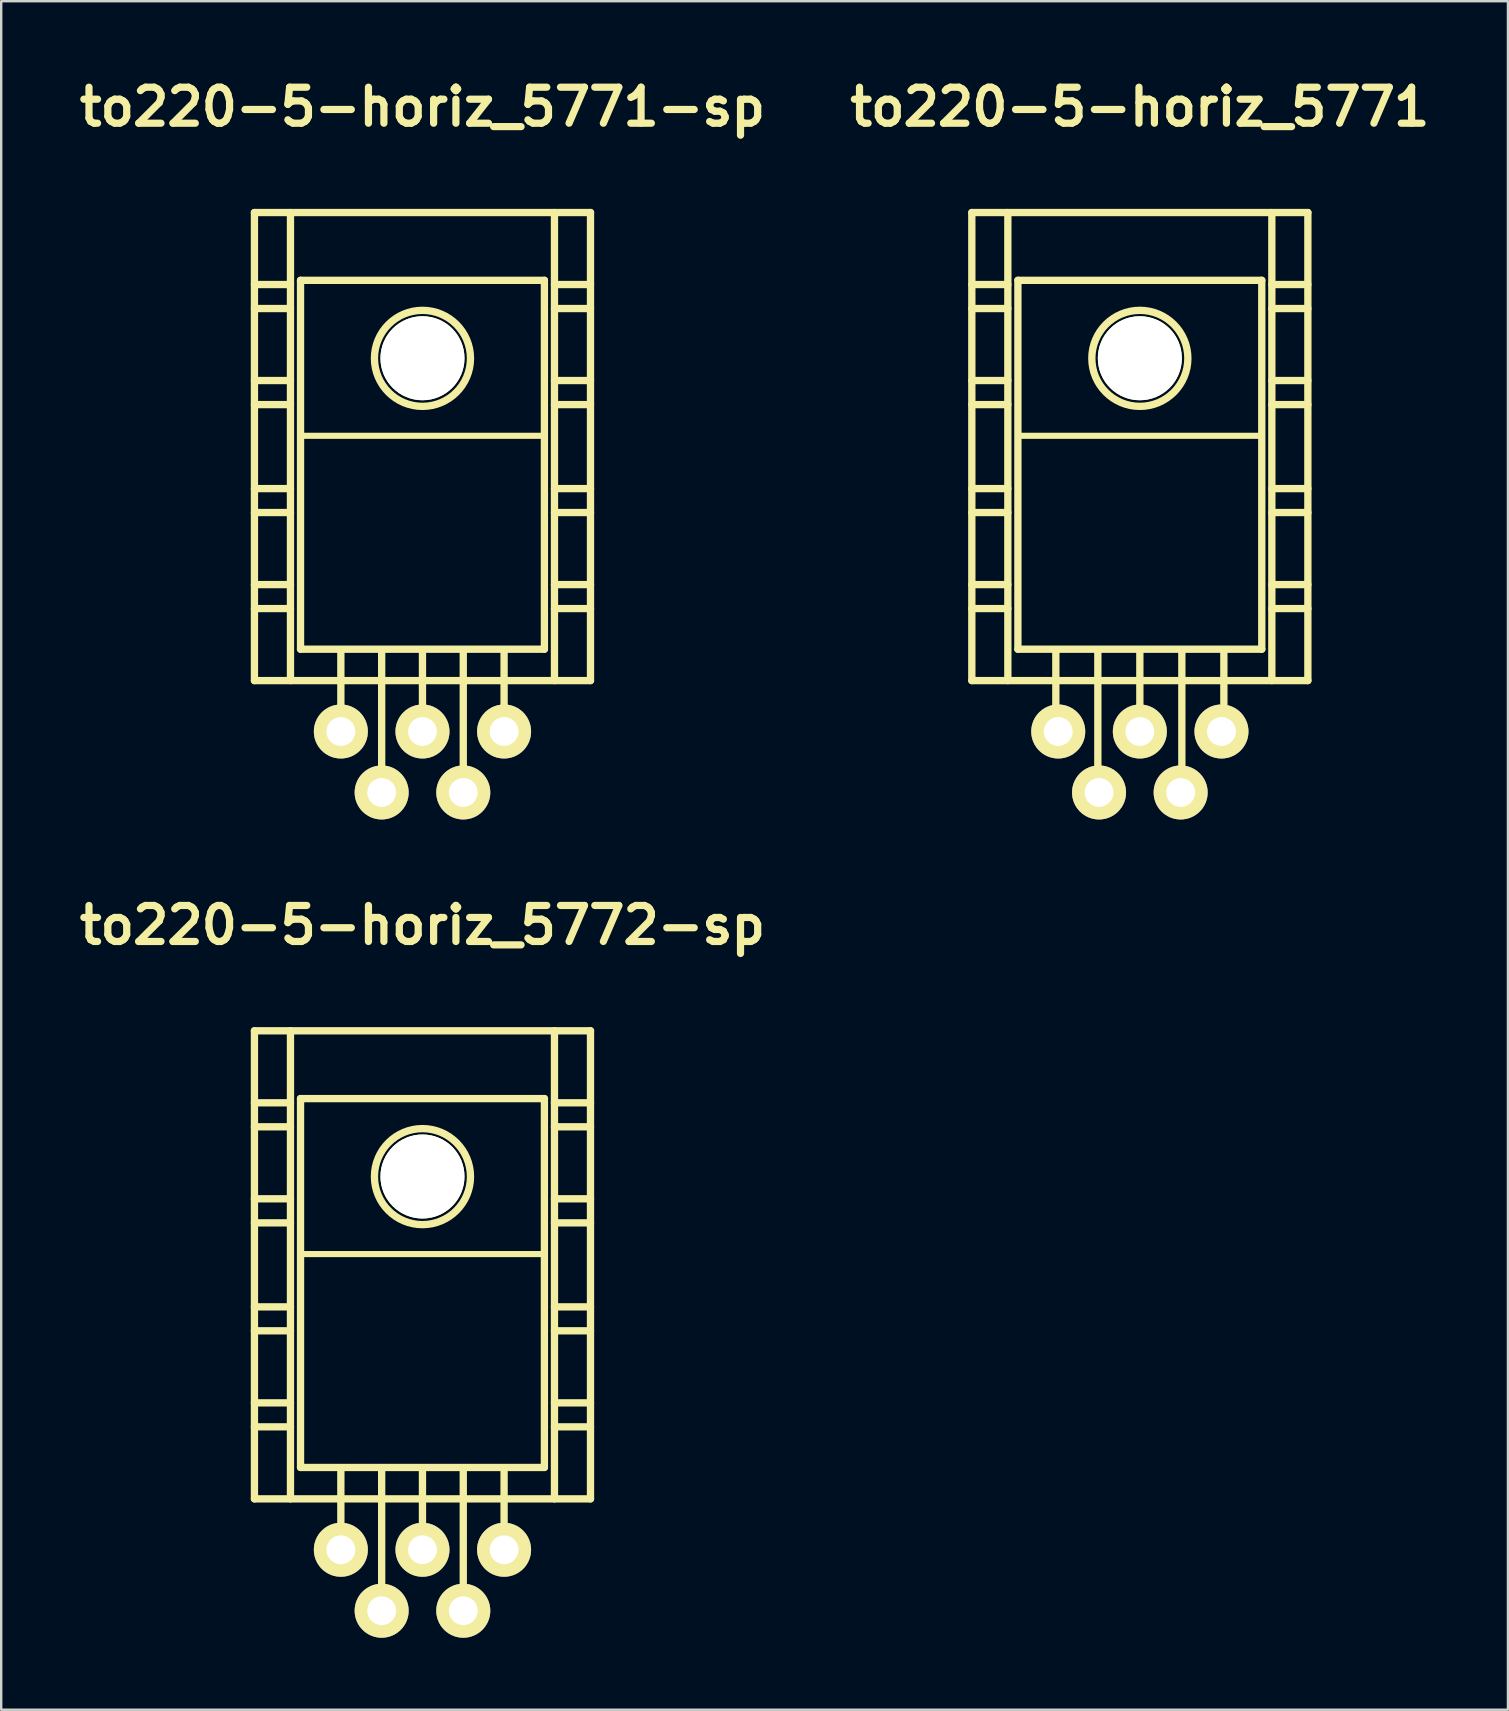
<source format=kicad_pcb>
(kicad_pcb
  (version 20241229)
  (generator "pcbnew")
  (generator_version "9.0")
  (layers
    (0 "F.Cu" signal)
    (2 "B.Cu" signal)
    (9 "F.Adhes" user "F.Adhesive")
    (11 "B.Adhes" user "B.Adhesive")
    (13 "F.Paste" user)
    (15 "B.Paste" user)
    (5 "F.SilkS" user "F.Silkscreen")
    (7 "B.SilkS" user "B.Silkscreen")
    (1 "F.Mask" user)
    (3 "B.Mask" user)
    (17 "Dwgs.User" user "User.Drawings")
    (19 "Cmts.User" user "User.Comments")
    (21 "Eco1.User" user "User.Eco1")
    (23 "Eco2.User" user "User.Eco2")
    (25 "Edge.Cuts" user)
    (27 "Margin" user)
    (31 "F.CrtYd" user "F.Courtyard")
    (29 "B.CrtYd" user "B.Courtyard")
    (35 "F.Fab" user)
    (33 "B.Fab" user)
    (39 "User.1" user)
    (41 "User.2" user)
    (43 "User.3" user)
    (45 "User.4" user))
  (footprint "to220-5-horiz_5772-sp"
    (layer "F.Cu")
    (at 14.55 53.893)
    (property "Reference" "to220-5-horiz_5772-sp" (at 0 -18.4 0) (layer "F.SilkS") (effects (font (size 1.5 1.5) (thickness 0.3))))
    (attr through_hole)
    (fp_line (start -7 -14) (end -7 5.499) (stroke (width 0.305) (type solid)) (layer "F.SilkS"))
    (fp_line (start -7 -11.001) (end -5.499 -11.001) (stroke (width 0.305) (type solid)) (layer "F.SilkS"))
    (fp_line (start -7 -10) (end -5.499 -10) (stroke (width 0.305) (type solid)) (layer "F.SilkS"))
    (fp_line (start -7 -7) (end -5.499 -7) (stroke (width 0.305) (type solid)) (layer "F.SilkS"))
    (fp_line (start -7 -5.999) (end -5.499 -5.999) (stroke (width 0.305) (type solid)) (layer "F.SilkS"))
    (fp_line (start -7 -2.499) (end -5.499 -2.499) (stroke (width 0.305) (type solid)) (layer "F.SilkS"))
    (fp_line (start -7 -1.501) (end -5.499 -1.501) (stroke (width 0.305) (type solid)) (layer "F.SilkS"))
    (fp_line (start -7 1.501) (end -5.499 1.501) (stroke (width 0.305) (type solid)) (layer "F.SilkS"))
    (fp_line (start -7 2.499) (end -5.499 2.499) (stroke (width 0.305) (type solid)) (layer "F.SilkS"))
    (fp_line (start -7 5.499) (end 7 5.499) (stroke (width 0.305) (type solid)) (layer "F.SilkS"))
    (fp_line (start -5.499 5.499) (end -5.499 -14) (stroke (width 0.305) (type solid)) (layer "F.SilkS"))
    (fp_line (start -5.08 -11.176) (end -5.08 4.191) (stroke (width 0.305) (type solid)) (layer "F.SilkS"))
    (fp_line (start -5.08 4.191) (end 5.08 4.191) (stroke (width 0.305) (type solid)) (layer "F.SilkS"))
    (fp_line (start -3.4 7.75) (end -3.4 4.249) (stroke (width 0.305) (type solid)) (layer "F.SilkS"))
    (fp_line (start -1.7 10.249) (end -1.7 4.249) (stroke (width 0.305) (type solid)) (layer "F.SilkS"))
    (fp_line (start 0 7.75) (end 0 4.249) (stroke (width 0.305) (type solid)) (layer "F.SilkS"))
    (fp_line (start 1.7 10.249) (end 1.7 4.249) (stroke (width 0.305) (type solid)) (layer "F.SilkS"))
    (fp_line (start 3.4 7.75) (end 3.4 4.249) (stroke (width 0.305) (type solid)) (layer "F.SilkS"))
    (fp_line (start 5.08 -11.176) (end -5.08 -11.176) (stroke (width 0.305) (type solid)) (layer "F.SilkS"))
    (fp_line (start 5.08 -4.699) (end -5.08 -4.699) (stroke (width 0.254) (type solid)) (layer "F.SilkS"))
    (fp_line (start 5.08 4.191) (end 5.08 -11.176) (stroke (width 0.305) (type solid)) (layer "F.SilkS"))
    (fp_line (start 5.499 -14) (end 5.499 5.499) (stroke (width 0.305) (type solid)) (layer "F.SilkS"))
    (fp_line (start 5.499 -11.001) (end 7 -11.001) (stroke (width 0.305) (type solid)) (layer "F.SilkS"))
    (fp_line (start 5.499 -10) (end 7 -10) (stroke (width 0.305) (type solid)) (layer "F.SilkS"))
    (fp_line (start 5.499 -7) (end 7 -7) (stroke (width 0.305) (type solid)) (layer "F.SilkS"))
    (fp_line (start 5.499 -5.999) (end 7 -5.999) (stroke (width 0.305) (type solid)) (layer "F.SilkS"))
    (fp_line (start 5.499 -2.499) (end 7 -2.499) (stroke (width 0.305) (type solid)) (layer "F.SilkS"))
    (fp_line (start 5.499 -1.501) (end 7 -1.501) (stroke (width 0.305) (type solid)) (layer "F.SilkS"))
    (fp_line (start 5.499 1.501) (end 7 1.501) (stroke (width 0.305) (type solid)) (layer "F.SilkS"))
    (fp_line (start 5.499 2.499) (end 7 2.499) (stroke (width 0.305) (type solid)) (layer "F.SilkS"))
    (fp_line (start 7 -14) (end -7 -14) (stroke (width 0.305) (type solid)) (layer "F.SilkS"))
    (fp_line (start 7 5.499) (end 7 -14) (stroke (width 0.305) (type solid)) (layer "F.SilkS"))
    (fp_circle (center 0 -7.925) (end -1.999 -8.001) (stroke (width 0.305) (type solid)) (fill no) (layer "F.SilkS"))
    (pad "" np_thru_hole circle (at 0 -7.93) (size 3.5 3.5) (drill 3.5) (layers "*.Cu" "*.Mask" "F.SilkS"))
    (pad "1" thru_hole circle (at -3.4 7.62) (size 2.25 2.25) (drill 1.2) (layers "*.Cu" "*.Mask" "F.SilkS"))
    (pad "2" thru_hole circle (at -1.7 10.16) (size 2.25 2.25) (drill 1.2) (layers "*.Cu" "*.Mask" "F.SilkS"))
    (pad "3" thru_hole circle (at 0 7.62) (size 2.25 2.25) (drill 1.2) (layers "*.Cu" "*.Mask" "F.SilkS"))
    (pad "4" thru_hole circle (at 1.7 10.16) (size 2.25 2.25) (drill 1.2) (layers "*.Cu" "*.Mask" "F.SilkS"))
    (pad "5" thru_hole circle (at 3.4 7.62) (size 2.25 2.25) (drill 1.2) (layers "*.Cu" "*.Mask" "F.SilkS")))
  (footprint "to220-5-horiz_5771"
    (layer "F.Cu")
    (at 44.436 19.804)
    (property "Reference" "to220-5-horiz_5771" (at 0 -18.4 0) (layer "F.SilkS") (effects (font (size 1.5 1.5) (thickness 0.3))))
    (attr through_hole)
    (fp_line (start -7 -14) (end -7 5.499) (stroke (width 0.305) (type solid)) (layer "F.SilkS"))
    (fp_line (start -7 -11.001) (end -5.499 -11.001) (stroke (width 0.305) (type solid)) (layer "F.SilkS"))
    (fp_line (start -7 -10) (end -5.499 -10) (stroke (width 0.305) (type solid)) (layer "F.SilkS"))
    (fp_line (start -7 -7) (end -5.499 -7) (stroke (width 0.305) (type solid)) (layer "F.SilkS"))
    (fp_line (start -7 -5.999) (end -5.499 -5.999) (stroke (width 0.305) (type solid)) (layer "F.SilkS"))
    (fp_line (start -7 -2.499) (end -5.499 -2.499) (stroke (width 0.305) (type solid)) (layer "F.SilkS"))
    (fp_line (start -7 -1.501) (end -5.499 -1.501) (stroke (width 0.305) (type solid)) (layer "F.SilkS"))
    (fp_line (start -7 1.501) (end -5.499 1.501) (stroke (width 0.305) (type solid)) (layer "F.SilkS"))
    (fp_line (start -7 2.499) (end -5.499 2.499) (stroke (width 0.305) (type solid)) (layer "F.SilkS"))
    (fp_line (start -7 5.499) (end 7 5.499) (stroke (width 0.305) (type solid)) (layer "F.SilkS"))
    (fp_line (start -5.499 5.499) (end -5.499 -14) (stroke (width 0.305) (type solid)) (layer "F.SilkS"))
    (fp_line (start -5.08 -11.176) (end -5.08 4.191) (stroke (width 0.305) (type solid)) (layer "F.SilkS"))
    (fp_line (start -5.08 4.191) (end 5.08 4.191) (stroke (width 0.305) (type solid)) (layer "F.SilkS"))
    (fp_line (start -3.5 7.75) (end -3.5 4.249) (stroke (width 0.305) (type solid)) (layer "F.SilkS"))
    (fp_line (start -1.75 10.249) (end -1.75 4.249) (stroke (width 0.305) (type solid)) (layer "F.SilkS"))
    (fp_line (start 0 7.75) (end 0 4.249) (stroke (width 0.305) (type solid)) (layer "F.SilkS"))
    (fp_line (start 1.75 10.249) (end 1.75 4.249) (stroke (width 0.305) (type solid)) (layer "F.SilkS"))
    (fp_line (start 3.5 7.75) (end 3.5 4.249) (stroke (width 0.305) (type solid)) (layer "F.SilkS"))
    (fp_line (start 5.08 -11.176) (end -5.08 -11.176) (stroke (width 0.305) (type solid)) (layer "F.SilkS"))
    (fp_line (start 5.08 -4.699) (end -5.08 -4.699) (stroke (width 0.254) (type solid)) (layer "F.SilkS"))
    (fp_line (start 5.08 4.191) (end 5.08 -11.176) (stroke (width 0.305) (type solid)) (layer "F.SilkS"))
    (fp_line (start 5.499 -14) (end 5.499 5.499) (stroke (width 0.305) (type solid)) (layer "F.SilkS"))
    (fp_line (start 5.499 -11.001) (end 7 -11.001) (stroke (width 0.305) (type solid)) (layer "F.SilkS"))
    (fp_line (start 5.499 -10) (end 7 -10) (stroke (width 0.305) (type solid)) (layer "F.SilkS"))
    (fp_line (start 5.499 -7) (end 7 -7) (stroke (width 0.305) (type solid)) (layer "F.SilkS"))
    (fp_line (start 5.499 -5.999) (end 7 -5.999) (stroke (width 0.305) (type solid)) (layer "F.SilkS"))
    (fp_line (start 5.499 -2.499) (end 7 -2.499) (stroke (width 0.305) (type solid)) (layer "F.SilkS"))
    (fp_line (start 5.499 -1.501) (end 7 -1.501) (stroke (width 0.305) (type solid)) (layer "F.SilkS"))
    (fp_line (start 5.499 1.501) (end 7 1.501) (stroke (width 0.305) (type solid)) (layer "F.SilkS"))
    (fp_line (start 5.499 2.499) (end 7 2.499) (stroke (width 0.305) (type solid)) (layer "F.SilkS"))
    (fp_line (start 7 -14) (end -7 -14) (stroke (width 0.305) (type solid)) (layer "F.SilkS"))
    (fp_line (start 7 5.499) (end 7 -14) (stroke (width 0.305) (type solid)) (layer "F.SilkS"))
    (fp_circle (center 0 -7.925) (end -1.999 -8.001) (stroke (width 0.305) (type solid)) (fill no) (layer "F.SilkS"))
    (pad "" np_thru_hole circle (at 0 -7.93) (size 3.5 3.5) (drill 3.5) (layers "*.Cu" "*.Mask" "F.SilkS"))
    (pad "1" thru_hole circle (at 3.4 7.62) (size 2.25 2.25) (drill 1.2) (layers "*.Cu" "*.Mask" "F.SilkS"))
    (pad "2" thru_hole circle (at 1.7 10.16) (size 2.25 2.25) (drill 1.2) (layers "*.Cu" "*.Mask" "F.SilkS"))
    (pad "3" thru_hole circle (at 0 7.62) (size 2.25 2.25) (drill 1.2) (layers "*.Cu" "*.Mask" "F.SilkS"))
    (pad "4" thru_hole circle (at -1.7 10.16) (size 2.25 2.25) (drill 1.2) (layers "*.Cu" "*.Mask" "F.SilkS"))
    (pad "5" thru_hole circle (at -3.4 7.62) (size 2.25 2.25) (drill 1.2) (layers "*.Cu" "*.Mask" "F.SilkS")))
  (footprint "to220-5-horiz_5771-sp"
    (layer "F.Cu")
    (at 14.55 19.804)
    (property "Reference" "to220-5-horiz_5771-sp" (at 0 -18.4 0) (layer "F.SilkS") (effects (font (size 1.5 1.5) (thickness 0.3))))
    (attr through_hole)
    (fp_line (start -7 -14) (end -7 5.499) (stroke (width 0.305) (type solid)) (layer "F.SilkS"))
    (fp_line (start -7 -11.001) (end -5.499 -11.001) (stroke (width 0.305) (type solid)) (layer "F.SilkS"))
    (fp_line (start -7 -10) (end -5.499 -10) (stroke (width 0.305) (type solid)) (layer "F.SilkS"))
    (fp_line (start -7 -7) (end -5.499 -7) (stroke (width 0.305) (type solid)) (layer "F.SilkS"))
    (fp_line (start -7 -5.999) (end -5.499 -5.999) (stroke (width 0.305) (type solid)) (layer "F.SilkS"))
    (fp_line (start -7 -2.499) (end -5.499 -2.499) (stroke (width 0.305) (type solid)) (layer "F.SilkS"))
    (fp_line (start -7 -1.501) (end -5.499 -1.501) (stroke (width 0.305) (type solid)) (layer "F.SilkS"))
    (fp_line (start -7 1.501) (end -5.499 1.501) (stroke (width 0.305) (type solid)) (layer "F.SilkS"))
    (fp_line (start -7 2.499) (end -5.499 2.499) (stroke (width 0.305) (type solid)) (layer "F.SilkS"))
    (fp_line (start -7 5.499) (end 7 5.499) (stroke (width 0.305) (type solid)) (layer "F.SilkS"))
    (fp_line (start -5.499 5.499) (end -5.499 -14) (stroke (width 0.305) (type solid)) (layer "F.SilkS"))
    (fp_line (start -5.08 -11.176) (end -5.08 4.191) (stroke (width 0.305) (type solid)) (layer "F.SilkS"))
    (fp_line (start -5.08 4.191) (end 5.08 4.191) (stroke (width 0.305) (type solid)) (layer "F.SilkS"))
    (fp_line (start -3.4 7.75) (end -3.4 4.249) (stroke (width 0.305) (type solid)) (layer "F.SilkS"))
    (fp_line (start -1.7 10.249) (end -1.7 4.249) (stroke (width 0.305) (type solid)) (layer "F.SilkS"))
    (fp_line (start 0 7.75) (end 0 4.249) (stroke (width 0.305) (type solid)) (layer "F.SilkS"))
    (fp_line (start 1.7 10.249) (end 1.7 4.249) (stroke (width 0.305) (type solid)) (layer "F.SilkS"))
    (fp_line (start 3.4 7.75) (end 3.4 4.249) (stroke (width 0.305) (type solid)) (layer "F.SilkS"))
    (fp_line (start 5.08 -11.176) (end -5.08 -11.176) (stroke (width 0.305) (type solid)) (layer "F.SilkS"))
    (fp_line (start 5.08 -4.699) (end -5.08 -4.699) (stroke (width 0.254) (type solid)) (layer "F.SilkS"))
    (fp_line (start 5.08 4.191) (end 5.08 -11.176) (stroke (width 0.305) (type solid)) (layer "F.SilkS"))
    (fp_line (start 5.499 -14) (end 5.499 5.499) (stroke (width 0.305) (type solid)) (layer "F.SilkS"))
    (fp_line (start 5.499 -11.001) (end 7 -11.001) (stroke (width 0.305) (type solid)) (layer "F.SilkS"))
    (fp_line (start 5.499 -10) (end 7 -10) (stroke (width 0.305) (type solid)) (layer "F.SilkS"))
    (fp_line (start 5.499 -7) (end 7 -7) (stroke (width 0.305) (type solid)) (layer "F.SilkS"))
    (fp_line (start 5.499 -5.999) (end 7 -5.999) (stroke (width 0.305) (type solid)) (layer "F.SilkS"))
    (fp_line (start 5.499 -2.499) (end 7 -2.499) (stroke (width 0.305) (type solid)) (layer "F.SilkS"))
    (fp_line (start 5.499 -1.501) (end 7 -1.501) (stroke (width 0.305) (type solid)) (layer "F.SilkS"))
    (fp_line (start 5.499 1.501) (end 7 1.501) (stroke (width 0.305) (type solid)) (layer "F.SilkS"))
    (fp_line (start 5.499 2.499) (end 7 2.499) (stroke (width 0.305) (type solid)) (layer "F.SilkS"))
    (fp_line (start 7 -14) (end -7 -14) (stroke (width 0.305) (type solid)) (layer "F.SilkS"))
    (fp_line (start 7 5.499) (end 7 -14) (stroke (width 0.305) (type solid)) (layer "F.SilkS"))
    (fp_circle (center 0 -7.925) (end -1.999 -8.001) (stroke (width 0.305) (type solid)) (fill no) (layer "F.SilkS"))
    (pad "" np_thru_hole circle (at 0 -7.93) (size 3.5 3.5) (drill 3.5) (layers "*.Cu" "*.Mask" "F.SilkS"))
    (pad "1" thru_hole circle (at -3.4 7.62) (size 2.25 2.25) (drill 1.2) (layers "*.Cu" "*.Mask" "F.SilkS"))
    (pad "2" thru_hole circle (at -1.7 10.16) (size 2.25 2.25) (drill 1.2) (layers "*.Cu" "*.Mask" "F.SilkS"))
    (pad "3" thru_hole circle (at 0 7.62) (size 2.25 2.25) (drill 1.2) (layers "*.Cu" "*.Mask" "F.SilkS"))
    (pad "4" thru_hole circle (at 1.7 10.16) (size 2.25 2.25) (drill 1.2) (layers "*.Cu" "*.Mask" "F.SilkS"))
    (pad "5" thru_hole circle (at 3.4 7.62) (size 2.25 2.25) (drill 1.2) (layers "*.Cu" "*.Mask" "F.SilkS")))
  (gr_rect
    (start -3 -3)
    (end 59.771 68.178)
    (stroke (width 0.1) (type default))
    (fill no)
    (layer "Edge.Cuts")))
</source>
